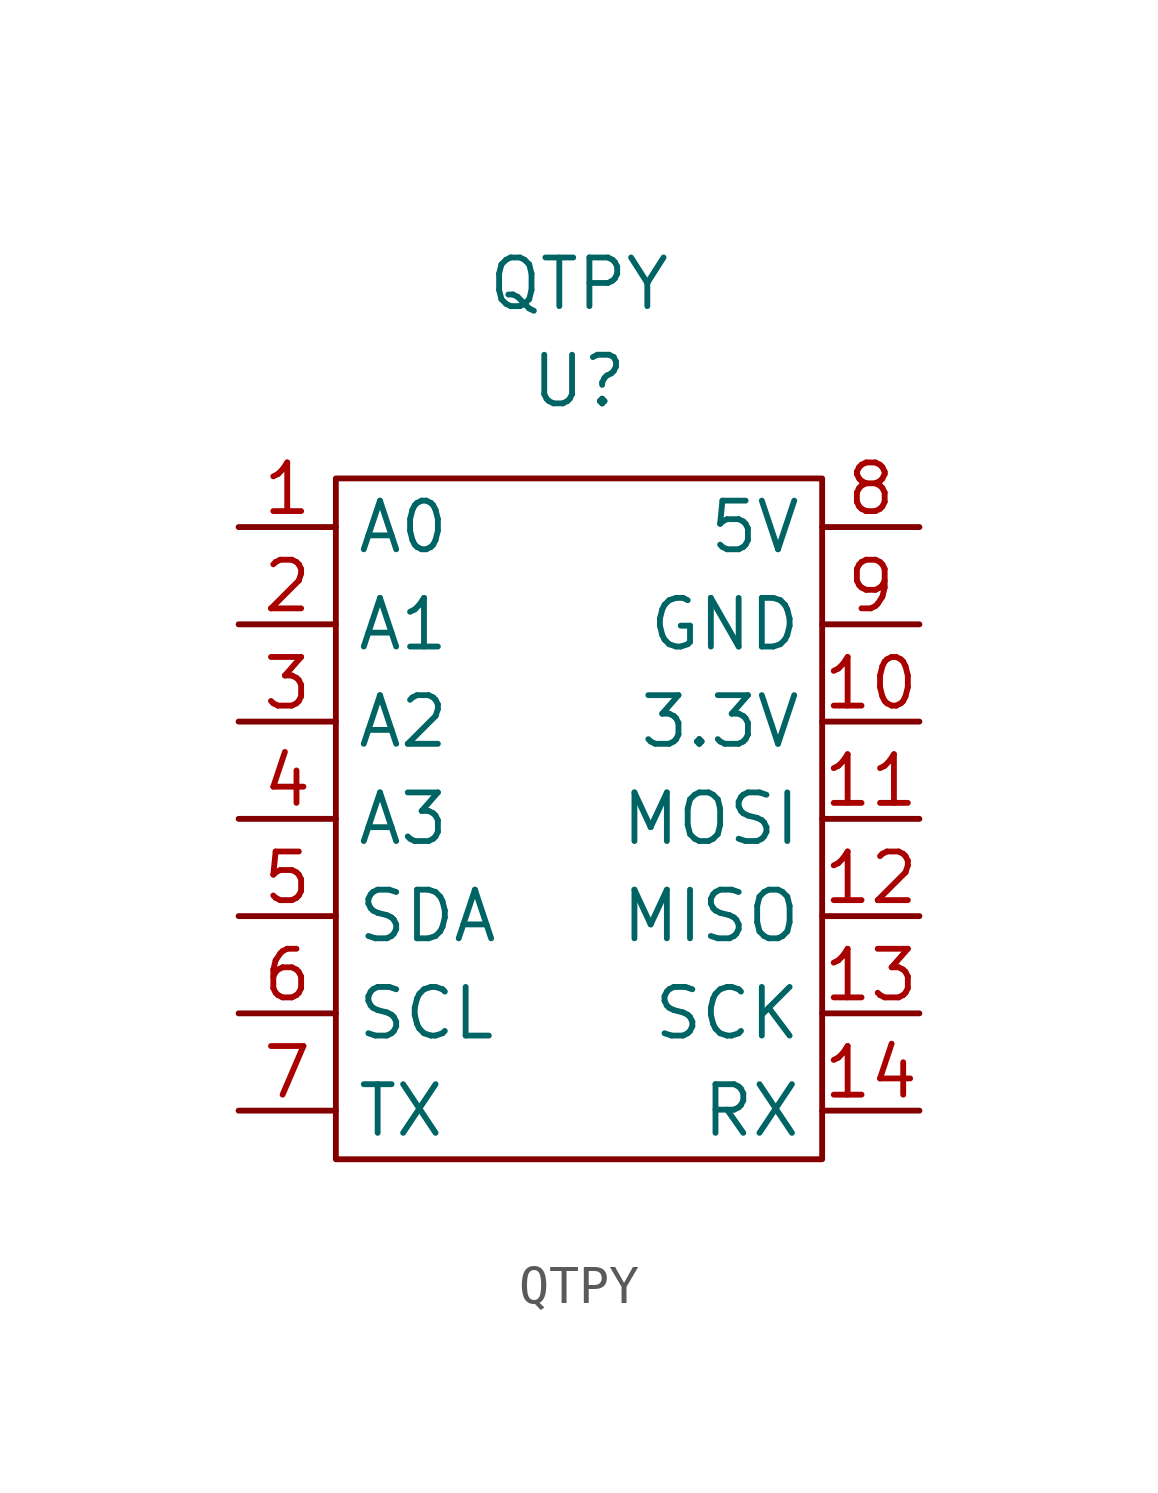
<source format=kicad_sym>
(kicad_symbol_lib
  (version 20211014)
  (generator kicad_symbol_editor)
  (symbol "QTPY"
    (property "Reference" "U"
      (at 0 11.43 0)
      (effects (font (size 1.27 1.27))))
    (property "Value" "QTPY"
      (at 0 13.97 0)
      (effects (font (size 1.27 1.27))))
    (symbol "QTPY_0_1"
      (rectangle (start -6.35 8.89) (end 6.35 -8.89) (stroke (width 0.152) (type default) (color 0 0 0 0)) (fill (type none))))
    (symbol "QTPY_1_1"
      (pin input line (at -8.89 7.62 0) (length 2.54) (name "A0" (effects (font (size 1.27 1.27)))) (number "1" (effects (font (size 1.27 1.27)))))
      (pin input line (at 8.89 2.54 180) (length 2.54) (name "3.3V" (effects (font (size 1.27 1.27)))) (number "10" (effects (font (size 1.27 1.27)))))
      (pin input line (at 8.89 0 180) (length 2.54) (name "MOSI" (effects (font (size 1.27 1.27)))) (number "11" (effects (font (size 1.27 1.27)))))
      (pin input line (at 8.89 -2.54 180) (length 2.54) (name "MISO" (effects (font (size 1.27 1.27)))) (number "12" (effects (font (size 1.27 1.27)))))
      (pin input line (at 8.89 -5.08 180) (length 2.54) (name "SCK" (effects (font (size 1.27 1.27)))) (number "13" (effects (font (size 1.27 1.27)))))
      (pin input line (at 8.89 -7.62 180) (length 2.54) (name "RX" (effects (font (size 1.27 1.27)))) (number "14" (effects (font (size 1.27 1.27)))))
      (pin input line (at -8.89 5.08 0) (length 2.54) (name "A1" (effects (font (size 1.27 1.27)))) (number "2" (effects (font (size 1.27 1.27)))))
      (pin input line (at -8.89 2.54 0) (length 2.54) (name "A2" (effects (font (size 1.27 1.27)))) (number "3" (effects (font (size 1.27 1.27)))))
      (pin input line (at -8.89 0 0) (length 2.54) (name "A3" (effects (font (size 1.27 1.27)))) (number "4" (effects (font (size 1.27 1.27)))))
      (pin input line (at -8.89 -2.54 0) (length 2.54) (name "SDA" (effects (font (size 1.27 1.27)))) (number "5" (effects (font (size 1.27 1.27)))))
      (pin input line (at -8.89 -5.08 0) (length 2.54) (name "SCL" (effects (font (size 1.27 1.27)))) (number "6" (effects (font (size 1.27 1.27)))))
      (pin input line (at -8.89 -7.62 0) (length 2.54) (name "TX" (effects (font (size 1.27 1.27)))) (number "7" (effects (font (size 1.27 1.27)))))
      (pin input line (at 8.89 7.62 180) (length 2.54) (name "5V" (effects (font (size 1.27 1.27)))) (number "8" (effects (font (size 1.27 1.27)))))
      (pin input line (at 8.89 5.08 180) (length 2.54) (name "GND" (effects (font (size 1.27 1.27)))) (number "9" (effects (font (size 1.27 1.27))))))))
</source>
